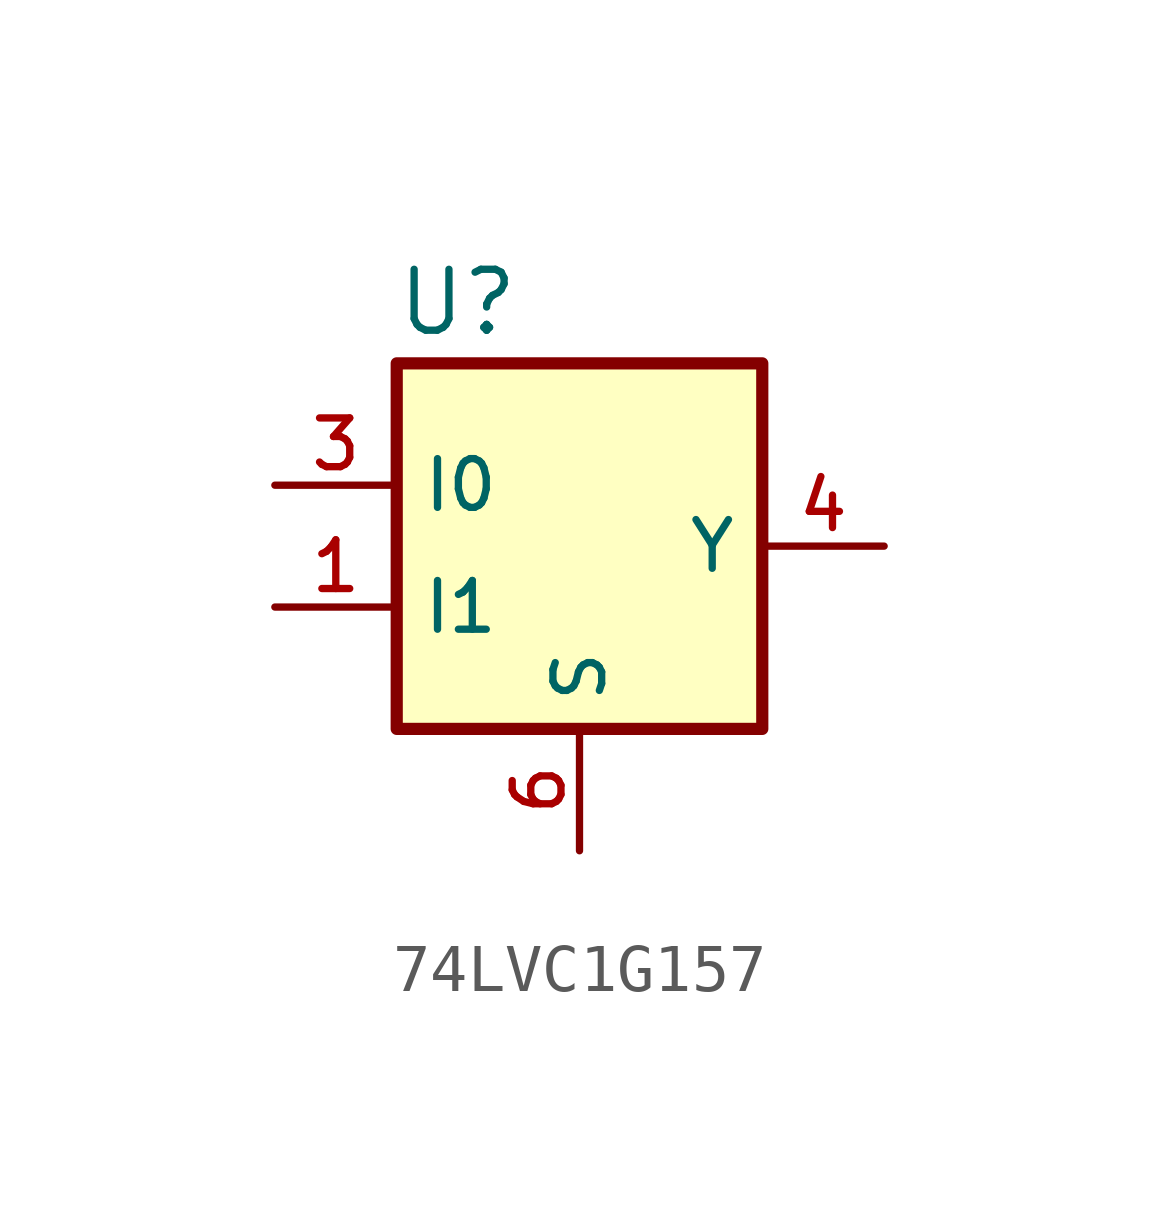
<source format=kicad_sym>
(kicad_symbol_lib
  (version 20220914)
  (generator kicad_symbol_editor)
  (symbol "74LVC1G157"
    (property "Reference" "U"
      (at -2.54 5.08 0)
      (effects (font (size 1.27 1.27))))
    (property "Value" ""
      (at 0 0 0)
      (effects (font (size 1.27 1.27))))
    (symbol "74LVC1G157_0_1"
      (rectangle (start -3.81 3.81) (end 3.81 -3.81) (stroke (width 0.254) (type default)) (fill (type background))))
    (symbol "74LVC1G157_1_1"
      (pin input line (at -6.35 -1.27 0) (length 2.54) (name "I1" (effects (font (size 1.016 1.016)))) (number "1" (effects (font (size 1.016 1.016)))))
      (pin power_in line (at 2.54 -3.81 270) (length 0) hide (name "GND" (effects (font (size 1.016 1.016)))) (number "2" (effects (font (size 1.016 1.016)))))
      (pin input line (at -6.35 1.27 0) (length 2.54) (name "I0" (effects (font (size 1.016 1.016)))) (number "3" (effects (font (size 1.016 1.016)))))
      (pin output line (at 6.35 0 180) (length 2.54) (name "Y" (effects (font (size 1.016 1.016)))) (number "4" (effects (font (size 1.016 1.016)))))
      (pin power_in line (at 2.54 3.81 90) (length 0) hide (name "VCC" (effects (font (size 1.016 1.016)))) (number "5" (effects (font (size 1.016 1.016)))))
      (pin input line (at 0 -6.35 90) (length 2.54) (name "S" (effects (font (size 1.016 1.016)))) (number "6" (effects (font (size 1.016 1.016))))))))
</source>
